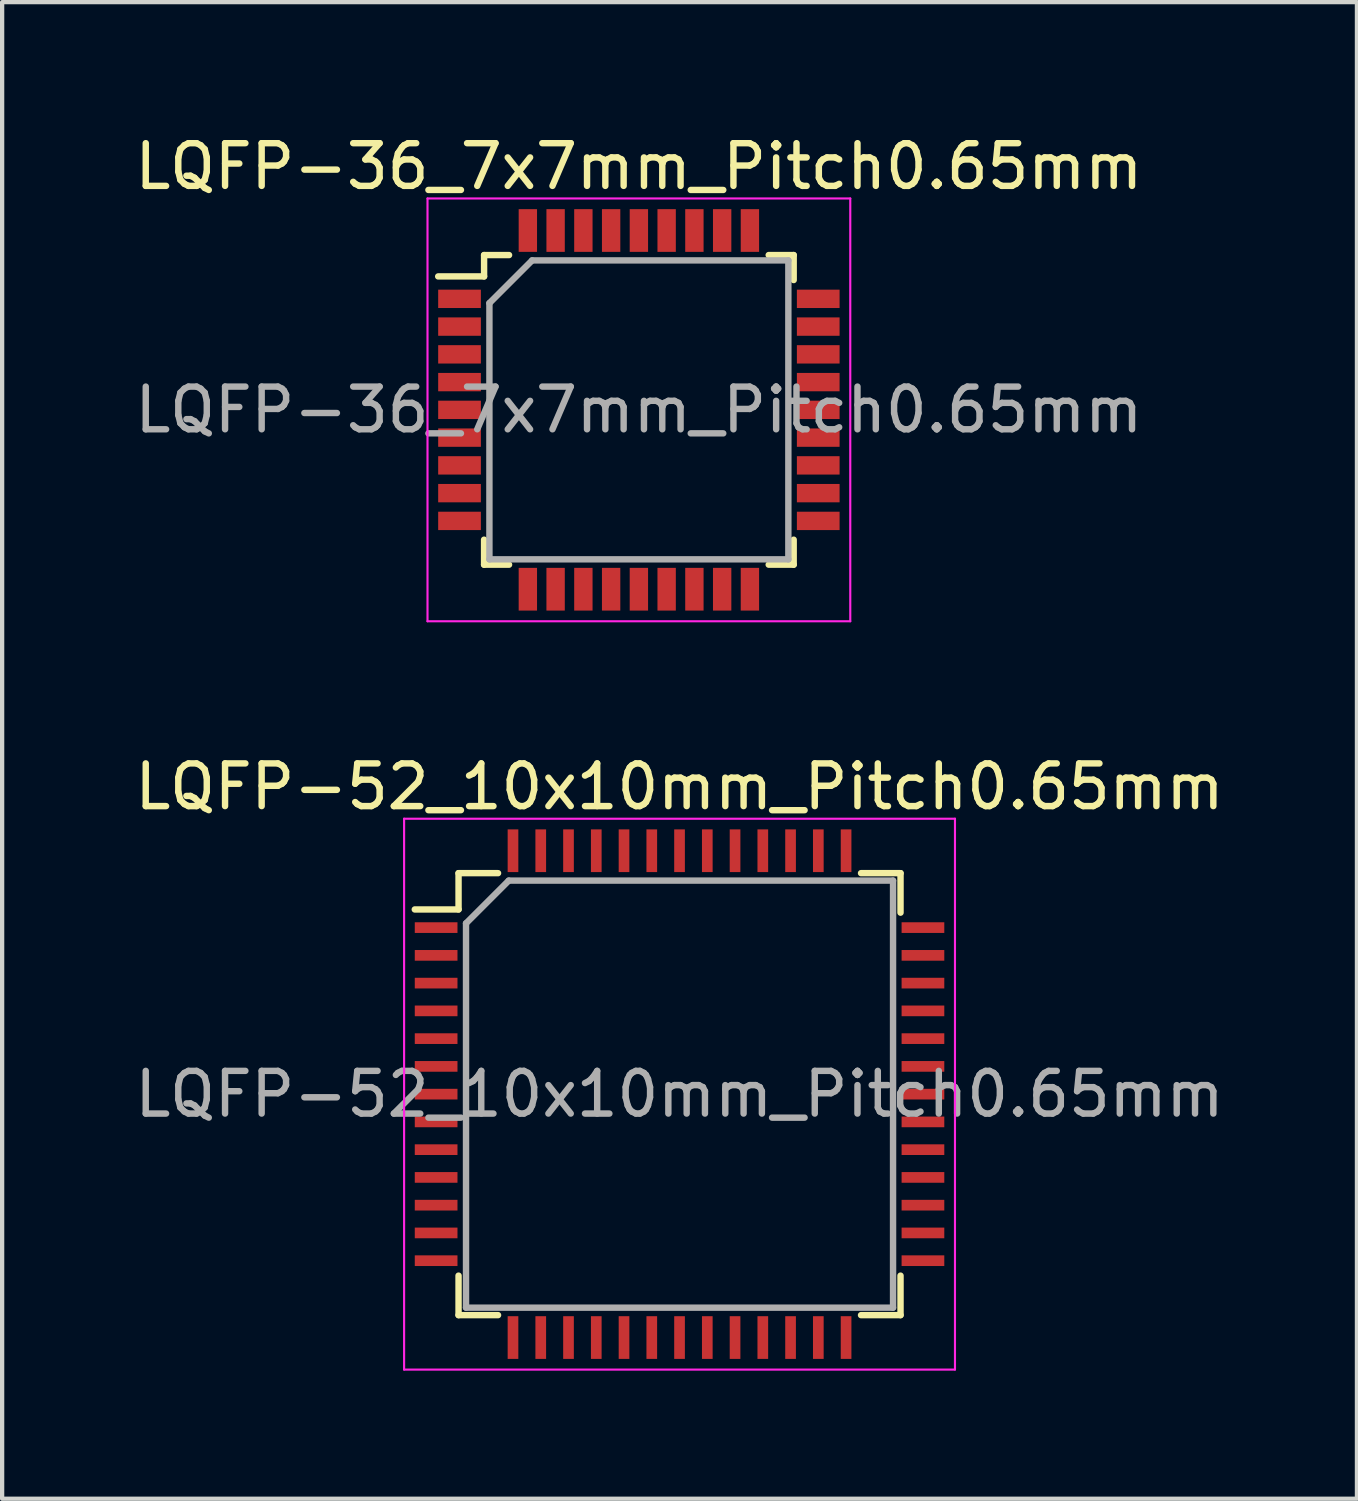
<source format=kicad_pcb>
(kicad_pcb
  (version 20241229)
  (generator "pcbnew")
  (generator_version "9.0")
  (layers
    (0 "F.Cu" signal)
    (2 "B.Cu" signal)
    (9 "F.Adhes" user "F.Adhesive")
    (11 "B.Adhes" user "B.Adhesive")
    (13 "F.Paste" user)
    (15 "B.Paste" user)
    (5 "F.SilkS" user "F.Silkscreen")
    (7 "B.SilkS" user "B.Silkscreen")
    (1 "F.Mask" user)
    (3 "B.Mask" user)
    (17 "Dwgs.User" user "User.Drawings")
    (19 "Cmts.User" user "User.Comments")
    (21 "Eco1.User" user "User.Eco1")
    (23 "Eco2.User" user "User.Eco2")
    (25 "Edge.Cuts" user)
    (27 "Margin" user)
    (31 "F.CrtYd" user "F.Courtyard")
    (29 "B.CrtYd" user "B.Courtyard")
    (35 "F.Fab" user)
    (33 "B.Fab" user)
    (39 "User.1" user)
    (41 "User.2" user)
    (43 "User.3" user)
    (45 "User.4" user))
  (footprint "LQFP-36_7x7mm_Pitch0.65mm"
    (layer "F.Cu")
    (at 11.911 6.548)
    (property "Reference" "LQFP-36_7x7mm_Pitch0.65mm" (at 0 -5.7 0) (layer "F.SilkS") (effects (font (size 1 1) (thickness 0.15))))
    (attr smd)
    (fp_line (start -3.625 -3.625) (end -3.625 -3.125) (stroke (width 0.15) (type solid)) (layer "F.SilkS"))
    (fp_line (start -3.625 -3.625) (end -3.04 -3.625) (stroke (width 0.15) (type solid)) (layer "F.SilkS"))
    (fp_line (start -3.625 -3.125) (end -4.7 -3.125) (stroke (width 0.15) (type solid)) (layer "F.SilkS"))
    (fp_line (start -3.625 3.625) (end -3.625 3.04) (stroke (width 0.15) (type solid)) (layer "F.SilkS"))
    (fp_line (start -3.625 3.625) (end -3.04 3.625) (stroke (width 0.15) (type solid)) (layer "F.SilkS"))
    (fp_line (start 3.625 -3.625) (end 3.04 -3.625) (stroke (width 0.15) (type solid)) (layer "F.SilkS"))
    (fp_line (start 3.625 -3.625) (end 3.625 -3.04) (stroke (width 0.15) (type solid)) (layer "F.SilkS"))
    (fp_line (start 3.625 3.625) (end 3.04 3.625) (stroke (width 0.15) (type solid)) (layer "F.SilkS"))
    (fp_line (start 3.625 3.625) (end 3.625 3.04) (stroke (width 0.15) (type solid)) (layer "F.SilkS"))
    (fp_line (start -4.95 -4.95) (end -4.95 4.95) (stroke (width 0.05) (type solid)) (layer "F.CrtYd"))
    (fp_line (start -4.95 -4.95) (end 4.95 -4.95) (stroke (width 0.05) (type solid)) (layer "F.CrtYd"))
    (fp_line (start -4.95 4.95) (end 4.95 4.95) (stroke (width 0.05) (type solid)) (layer "F.CrtYd"))
    (fp_line (start 4.95 -4.95) (end 4.95 4.95) (stroke (width 0.05) (type solid)) (layer "F.CrtYd"))
    (fp_line (start -3.5 -2.5) (end -2.5 -3.5) (stroke (width 0.15) (type solid)) (layer "F.Fab"))
    (fp_line (start -3.5 3.5) (end -3.5 -2.5) (stroke (width 0.15) (type solid)) (layer "F.Fab"))
    (fp_line (start -2.5 -3.5) (end 3.5 -3.5) (stroke (width 0.15) (type solid)) (layer "F.Fab"))
    (fp_line (start 3.5 -3.5) (end 3.5 3.5) (stroke (width 0.15) (type solid)) (layer "F.Fab"))
    (fp_line (start 3.5 3.5) (end -3.5 3.5) (stroke (width 0.15) (type solid)) (layer "F.Fab"))
    (fp_text user "${REFERENCE}" (at 0 0 0) (layer "F.Fab") (effects (font (size 1 1) (thickness 0.15))))
    (pad "1" smd rect (at -4.2 -2.6) (size 1 0.43) (layers "F.Cu" "F.Mask" "F.Paste"))
    (pad "2" smd rect (at -4.2 -1.95) (size 1 0.43) (layers "F.Cu" "F.Mask" "F.Paste"))
    (pad "3" smd rect (at -4.2 -1.3) (size 1 0.43) (layers "F.Cu" "F.Mask" "F.Paste"))
    (pad "4" smd rect (at -4.2 -0.65) (size 1 0.43) (layers "F.Cu" "F.Mask" "F.Paste"))
    (pad "5" smd rect (at -4.2 0) (size 1 0.43) (layers "F.Cu" "F.Mask" "F.Paste"))
    (pad "6" smd rect (at -4.2 0.65) (size 1 0.43) (layers "F.Cu" "F.Mask" "F.Paste"))
    (pad "7" smd rect (at -4.2 1.3) (size 1 0.43) (layers "F.Cu" "F.Mask" "F.Paste"))
    (pad "8" smd rect (at -4.2 1.95) (size 1 0.43) (layers "F.Cu" "F.Mask" "F.Paste"))
    (pad "9" smd rect (at -4.2 2.6) (size 1 0.43) (layers "F.Cu" "F.Mask" "F.Paste"))
    (pad "10" smd rect (at -2.6 4.2 90) (size 1 0.43) (layers "F.Cu" "F.Mask" "F.Paste"))
    (pad "11" smd rect (at -1.95 4.2 90) (size 1 0.43) (layers "F.Cu" "F.Mask" "F.Paste"))
    (pad "12" smd rect (at -1.3 4.2 90) (size 1 0.43) (layers "F.Cu" "F.Mask" "F.Paste"))
    (pad "13" smd rect (at -0.65 4.2 90) (size 1 0.43) (layers "F.Cu" "F.Mask" "F.Paste"))
    (pad "14" smd rect (at 0 4.2 90) (size 1 0.43) (layers "F.Cu" "F.Mask" "F.Paste"))
    (pad "15" smd rect (at 0.65 4.2 90) (size 1 0.43) (layers "F.Cu" "F.Mask" "F.Paste"))
    (pad "16" smd rect (at 1.3 4.2 90) (size 1 0.43) (layers "F.Cu" "F.Mask" "F.Paste"))
    (pad "17" smd rect (at 1.95 4.2 90) (size 1 0.43) (layers "F.Cu" "F.Mask" "F.Paste"))
    (pad "18" smd rect (at 2.6 4.2 90) (size 1 0.43) (layers "F.Cu" "F.Mask" "F.Paste"))
    (pad "19" smd rect (at 4.2 2.6) (size 1 0.43) (layers "F.Cu" "F.Mask" "F.Paste"))
    (pad "20" smd rect (at 4.2 1.95) (size 1 0.43) (layers "F.Cu" "F.Mask" "F.Paste"))
    (pad "21" smd rect (at 4.2 1.3) (size 1 0.43) (layers "F.Cu" "F.Mask" "F.Paste"))
    (pad "22" smd rect (at 4.2 0.65) (size 1 0.43) (layers "F.Cu" "F.Mask" "F.Paste"))
    (pad "23" smd rect (at 4.2 0) (size 1 0.43) (layers "F.Cu" "F.Mask" "F.Paste"))
    (pad "24" smd rect (at 4.2 -0.65) (size 1 0.43) (layers "F.Cu" "F.Mask" "F.Paste"))
    (pad "25" smd rect (at 4.2 -1.3) (size 1 0.43) (layers "F.Cu" "F.Mask" "F.Paste"))
    (pad "26" smd rect (at 4.2 -1.95) (size 1 0.43) (layers "F.Cu" "F.Mask" "F.Paste"))
    (pad "27" smd rect (at 4.2 -2.6) (size 1 0.43) (layers "F.Cu" "F.Mask" "F.Paste"))
    (pad "28" smd rect (at 2.6 -4.2 90) (size 1 0.43) (layers "F.Cu" "F.Mask" "F.Paste"))
    (pad "29" smd rect (at 1.95 -4.2 90) (size 1 0.43) (layers "F.Cu" "F.Mask" "F.Paste"))
    (pad "30" smd rect (at 1.3 -4.2 90) (size 1 0.43) (layers "F.Cu" "F.Mask" "F.Paste"))
    (pad "31" smd rect (at 0.65 -4.2 90) (size 1 0.43) (layers "F.Cu" "F.Mask" "F.Paste"))
    (pad "32" smd rect (at 0 -4.2 90) (size 1 0.43) (layers "F.Cu" "F.Mask" "F.Paste"))
    (pad "33" smd rect (at -0.65 -4.2 90) (size 1 0.43) (layers "F.Cu" "F.Mask" "F.Paste"))
    (pad "34" smd rect (at -1.3 -4.2 90) (size 1 0.43) (layers "F.Cu" "F.Mask" "F.Paste"))
    (pad "35" smd rect (at -1.95 -4.2 90) (size 1 0.43) (layers "F.Cu" "F.Mask" "F.Paste"))
    (pad "36" smd rect (at -2.6 -4.2 90) (size 1 0.43) (layers "F.Cu" "F.Mask" "F.Paste")))
  (footprint "LQFP-52_10x10mm_Pitch0.65mm"
    (layer "F.Cu")
    (at 12.863 22.572)
    (property "Reference" "LQFP-52_10x10mm_Pitch0.65mm" (at 0 -7.2 0) (layer "F.SilkS") (effects (font (size 1 1) (thickness 0.15))))
    (attr smd)
    (fp_line (start -5.175 -5.175) (end -5.175 -4.325) (stroke (width 0.15) (type solid)) (layer "F.SilkS"))
    (fp_line (start -5.175 -5.175) (end -4.25 -5.175) (stroke (width 0.15) (type solid)) (layer "F.SilkS"))
    (fp_line (start -5.175 -4.325) (end -6.2 -4.325) (stroke (width 0.15) (type solid)) (layer "F.SilkS"))
    (fp_line (start -5.175 5.175) (end -5.175 4.25) (stroke (width 0.15) (type solid)) (layer "F.SilkS"))
    (fp_line (start -5.175 5.175) (end -4.25 5.175) (stroke (width 0.15) (type solid)) (layer "F.SilkS"))
    (fp_line (start 5.175 -5.175) (end 4.25 -5.175) (stroke (width 0.15) (type solid)) (layer "F.SilkS"))
    (fp_line (start 5.175 -5.175) (end 5.175 -4.25) (stroke (width 0.15) (type solid)) (layer "F.SilkS"))
    (fp_line (start 5.175 5.175) (end 4.25 5.175) (stroke (width 0.15) (type solid)) (layer "F.SilkS"))
    (fp_line (start 5.175 5.175) (end 5.175 4.25) (stroke (width 0.15) (type solid)) (layer "F.SilkS"))
    (fp_line (start -6.45 -6.45) (end -6.45 6.45) (stroke (width 0.05) (type solid)) (layer "F.CrtYd"))
    (fp_line (start -6.45 -6.45) (end 6.45 -6.45) (stroke (width 0.05) (type solid)) (layer "F.CrtYd"))
    (fp_line (start -6.45 6.45) (end 6.45 6.45) (stroke (width 0.05) (type solid)) (layer "F.CrtYd"))
    (fp_line (start 6.45 -6.45) (end 6.45 6.45) (stroke (width 0.05) (type solid)) (layer "F.CrtYd"))
    (fp_line (start -5 -4) (end -4 -5) (stroke (width 0.15) (type solid)) (layer "F.Fab"))
    (fp_line (start -5 5) (end -5 -4) (stroke (width 0.15) (type solid)) (layer "F.Fab"))
    (fp_line (start -4 -5) (end 5 -5) (stroke (width 0.15) (type solid)) (layer "F.Fab"))
    (fp_line (start 5 -5) (end 5 5) (stroke (width 0.15) (type solid)) (layer "F.Fab"))
    (fp_line (start 5 5) (end -5 5) (stroke (width 0.15) (type solid)) (layer "F.Fab"))
    (fp_text user "${REFERENCE}" (at 0 0 0) (layer "F.Fab") (effects (font (size 1 1) (thickness 0.15))))
    (pad "1" smd rect (at -5.7 -3.9) (size 1 0.25) (layers "F.Cu" "F.Mask" "F.Paste"))
    (pad "2" smd rect (at -5.7 -3.25) (size 1 0.25) (layers "F.Cu" "F.Mask" "F.Paste"))
    (pad "3" smd rect (at -5.7 -2.6) (size 1 0.25) (layers "F.Cu" "F.Mask" "F.Paste"))
    (pad "4" smd rect (at -5.7 -1.95) (size 1 0.25) (layers "F.Cu" "F.Mask" "F.Paste"))
    (pad "5" smd rect (at -5.7 -1.3) (size 1 0.25) (layers "F.Cu" "F.Mask" "F.Paste"))
    (pad "6" smd rect (at -5.7 -0.65) (size 1 0.25) (layers "F.Cu" "F.Mask" "F.Paste"))
    (pad "7" smd rect (at -5.7 0) (size 1 0.25) (layers "F.Cu" "F.Mask" "F.Paste"))
    (pad "8" smd rect (at -5.7 0.65) (size 1 0.25) (layers "F.Cu" "F.Mask" "F.Paste"))
    (pad "9" smd rect (at -5.7 1.3) (size 1 0.25) (layers "F.Cu" "F.Mask" "F.Paste"))
    (pad "10" smd rect (at -5.7 1.95) (size 1 0.25) (layers "F.Cu" "F.Mask" "F.Paste"))
    (pad "11" smd rect (at -5.7 2.6) (size 1 0.25) (layers "F.Cu" "F.Mask" "F.Paste"))
    (pad "12" smd rect (at -5.7 3.25) (size 1 0.25) (layers "F.Cu" "F.Mask" "F.Paste"))
    (pad "13" smd rect (at -5.7 3.9) (size 1 0.25) (layers "F.Cu" "F.Mask" "F.Paste"))
    (pad "14" smd rect (at -3.9 5.7 90) (size 1 0.25) (layers "F.Cu" "F.Mask" "F.Paste"))
    (pad "15" smd rect (at -3.25 5.7 90) (size 1 0.25) (layers "F.Cu" "F.Mask" "F.Paste"))
    (pad "16" smd rect (at -2.6 5.7 90) (size 1 0.25) (layers "F.Cu" "F.Mask" "F.Paste"))
    (pad "17" smd rect (at -1.95 5.7 90) (size 1 0.25) (layers "F.Cu" "F.Mask" "F.Paste"))
    (pad "18" smd rect (at -1.3 5.7 90) (size 1 0.25) (layers "F.Cu" "F.Mask" "F.Paste"))
    (pad "19" smd rect (at -0.65 5.7 90) (size 1 0.25) (layers "F.Cu" "F.Mask" "F.Paste"))
    (pad "20" smd rect (at 0 5.7 90) (size 1 0.25) (layers "F.Cu" "F.Mask" "F.Paste"))
    (pad "21" smd rect (at 0.65 5.7 90) (size 1 0.25) (layers "F.Cu" "F.Mask" "F.Paste"))
    (pad "22" smd rect (at 1.3 5.7 90) (size 1 0.25) (layers "F.Cu" "F.Mask" "F.Paste"))
    (pad "23" smd rect (at 1.95 5.7 90) (size 1 0.25) (layers "F.Cu" "F.Mask" "F.Paste"))
    (pad "24" smd rect (at 2.6 5.7 90) (size 1 0.25) (layers "F.Cu" "F.Mask" "F.Paste"))
    (pad "25" smd rect (at 3.25 5.7 90) (size 1 0.25) (layers "F.Cu" "F.Mask" "F.Paste"))
    (pad "26" smd rect (at 3.9 5.7 90) (size 1 0.25) (layers "F.Cu" "F.Mask" "F.Paste"))
    (pad "27" smd rect (at 5.7 3.9) (size 1 0.25) (layers "F.Cu" "F.Mask" "F.Paste"))
    (pad "28" smd rect (at 5.7 3.25) (size 1 0.25) (layers "F.Cu" "F.Mask" "F.Paste"))
    (pad "29" smd rect (at 5.7 2.6) (size 1 0.25) (layers "F.Cu" "F.Mask" "F.Paste"))
    (pad "30" smd rect (at 5.7 1.95) (size 1 0.25) (layers "F.Cu" "F.Mask" "F.Paste"))
    (pad "31" smd rect (at 5.7 1.3) (size 1 0.25) (layers "F.Cu" "F.Mask" "F.Paste"))
    (pad "32" smd rect (at 5.7 0.65) (size 1 0.25) (layers "F.Cu" "F.Mask" "F.Paste"))
    (pad "33" smd rect (at 5.7 0) (size 1 0.25) (layers "F.Cu" "F.Mask" "F.Paste"))
    (pad "34" smd rect (at 5.7 -0.65) (size 1 0.25) (layers "F.Cu" "F.Mask" "F.Paste"))
    (pad "35" smd rect (at 5.7 -1.3) (size 1 0.25) (layers "F.Cu" "F.Mask" "F.Paste"))
    (pad "36" smd rect (at 5.7 -1.95) (size 1 0.25) (layers "F.Cu" "F.Mask" "F.Paste"))
    (pad "37" smd rect (at 5.7 -2.6) (size 1 0.25) (layers "F.Cu" "F.Mask" "F.Paste"))
    (pad "38" smd rect (at 5.7 -3.25) (size 1 0.25) (layers "F.Cu" "F.Mask" "F.Paste"))
    (pad "39" smd rect (at 5.7 -3.9) (size 1 0.25) (layers "F.Cu" "F.Mask" "F.Paste"))
    (pad "40" smd rect (at 3.9 -5.7 90) (size 1 0.25) (layers "F.Cu" "F.Mask" "F.Paste"))
    (pad "41" smd rect (at 3.25 -5.7 90) (size 1 0.25) (layers "F.Cu" "F.Mask" "F.Paste"))
    (pad "42" smd rect (at 2.6 -5.7 90) (size 1 0.25) (layers "F.Cu" "F.Mask" "F.Paste"))
    (pad "43" smd rect (at 1.95 -5.7 90) (size 1 0.25) (layers "F.Cu" "F.Mask" "F.Paste"))
    (pad "44" smd rect (at 1.3 -5.7 90) (size 1 0.25) (layers "F.Cu" "F.Mask" "F.Paste"))
    (pad "45" smd rect (at 0.65 -5.7 90) (size 1 0.25) (layers "F.Cu" "F.Mask" "F.Paste"))
    (pad "46" smd rect (at 0 -5.7 90) (size 1 0.25) (layers "F.Cu" "F.Mask" "F.Paste"))
    (pad "47" smd rect (at -0.65 -5.7 90) (size 1 0.25) (layers "F.Cu" "F.Mask" "F.Paste"))
    (pad "48" smd rect (at -1.3 -5.7 90) (size 1 0.25) (layers "F.Cu" "F.Mask" "F.Paste"))
    (pad "49" smd rect (at -1.95 -5.7 90) (size 1 0.25) (layers "F.Cu" "F.Mask" "F.Paste"))
    (pad "50" smd rect (at -2.6 -5.7 90) (size 1 0.25) (layers "F.Cu" "F.Mask" "F.Paste"))
    (pad "51" smd rect (at -3.25 -5.7 90) (size 1 0.25) (layers "F.Cu" "F.Mask" "F.Paste"))
    (pad "52" smd rect (at -3.9 -5.7 90) (size 1 0.25) (layers "F.Cu" "F.Mask" "F.Paste")))
  (gr_rect
    (start -3 -3)
    (end 28.726 32.047)
    (stroke (width 0.1) (type default))
    (fill no)
    (layer "Edge.Cuts")))
</source>
